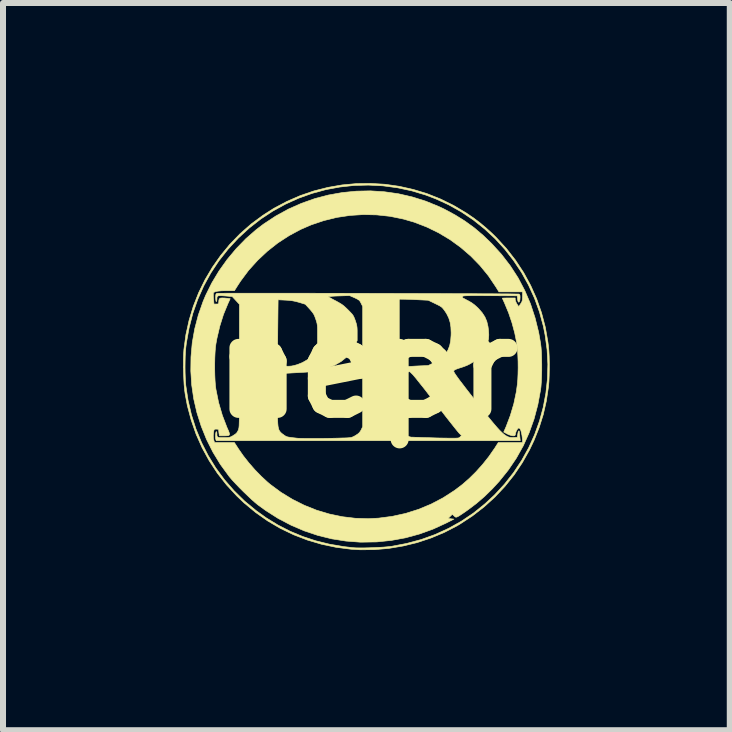
<source format=kicad_pcb>
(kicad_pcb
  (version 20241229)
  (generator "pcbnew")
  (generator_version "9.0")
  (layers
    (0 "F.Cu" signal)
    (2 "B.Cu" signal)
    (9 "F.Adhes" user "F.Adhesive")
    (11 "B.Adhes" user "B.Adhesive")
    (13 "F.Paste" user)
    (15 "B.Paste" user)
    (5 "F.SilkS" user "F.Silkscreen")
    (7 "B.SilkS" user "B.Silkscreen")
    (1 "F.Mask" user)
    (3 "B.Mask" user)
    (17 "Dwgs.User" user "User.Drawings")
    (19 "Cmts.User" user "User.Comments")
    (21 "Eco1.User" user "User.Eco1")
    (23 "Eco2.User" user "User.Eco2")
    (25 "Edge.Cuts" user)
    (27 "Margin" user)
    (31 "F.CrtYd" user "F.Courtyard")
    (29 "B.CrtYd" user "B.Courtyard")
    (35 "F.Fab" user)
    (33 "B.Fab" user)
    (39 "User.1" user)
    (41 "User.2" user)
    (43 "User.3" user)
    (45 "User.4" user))
  (footprint "nepr"
    (layer "F.Cu")
    (at 3.062 3.071)
    (property "Reference" "nepr" (at 0 0 0) (layer "F.SilkS") (effects (font (size 1.524 1.524) (thickness 0.3))))
    (attr through_hole)
    (fp_poly (pts (xy 0.3 -3.052) (xy 0.537 -3.018) (xy 0.77 -2.966) (xy 1 -2.896) (xy 1.224 -2.807) (xy 1.442 -2.7) (xy 1.652 -2.575) (xy 1.667 -2.565) (xy 1.782 -2.486) (xy 1.886 -2.407) (xy 1.986 -2.323) (xy 2.088 -2.23) (xy 2.154 -2.165) (xy 2.323 -1.981) (xy 2.475 -1.786) (xy 2.61 -1.581) (xy 2.727 -1.366) (xy 2.827 -1.142) (xy 2.908 -0.91) (xy 2.971 -0.67) (xy 3.014 -0.423) (xy 3.022 -0.361) (xy 3.03 -0.28) (xy 3.035 -0.184) (xy 3.037 -0.08) (xy 3.037 0.028) (xy 3.035 0.134) (xy 3.031 0.231) (xy 3.024 0.316) (xy 3.022 0.33) (xy 2.987 0.562) (xy 2.936 0.785) (xy 2.868 1.001) (xy 2.782 1.216) (xy 2.708 1.371) (xy 2.588 1.585) (xy 2.452 1.788) (xy 2.299 1.979) (xy 2.131 2.158) (xy 1.949 2.323) (xy 1.754 2.474) (xy 1.546 2.61) (xy 1.497 2.639) (xy 1.286 2.748) (xy 1.065 2.84) (xy 0.837 2.916) (xy 0.602 2.973) (xy 0.364 3.013) (xy 0.125 3.034) (xy -0.114 3.036) (xy -0.264 3.027) (xy -0.513 2.995) (xy -0.755 2.944) (xy -0.992 2.874) (xy -1.221 2.786) (xy -1.442 2.68) (xy -1.653 2.556) (xy -1.855 2.414) (xy -2.046 2.256) (xy -2.169 2.139) (xy -2.339 1.955) (xy -2.492 1.76) (xy -2.627 1.554) (xy -2.745 1.338) (xy -2.845 1.113) (xy -2.927 0.878) (xy -2.992 0.635) (xy -3.028 0.442) (xy -3.038 0.369) (xy -3.046 0.28) (xy -3.051 0.181) (xy -3.055 0.076) (xy -3.057 -0.008) (xy -3.03 -0.008) (xy -3.029 0.083) (xy -3.026 0.169) (xy -3.022 0.244) (xy -3.018 0.295) (xy -2.98 0.545) (xy -2.923 0.789) (xy -2.848 1.024) (xy -2.755 1.25) (xy -2.645 1.466) (xy -2.518 1.673) (xy -2.374 1.868) (xy -2.214 2.052) (xy -2.039 2.224) (xy -1.848 2.382) (xy -1.678 2.504) (xy -1.482 2.624) (xy -1.281 2.727) (xy -1.072 2.814) (xy -0.855 2.886) (xy -0.627 2.942) (xy -0.387 2.983) (xy -0.229 3.001) (xy -0.184 3.004) (xy -0.124 3.005) (xy -0.052 3.005) (xy 0.028 3.003) (xy 0.111 3) (xy 0.194 2.996) (xy 0.272 2.992) (xy 0.34 2.986) (xy 0.396 2.98) (xy 0.412 2.978) (xy 0.663 2.93) (xy 0.904 2.865) (xy 1.137 2.781) (xy 1.36 2.679) (xy 1.573 2.56) (xy 1.776 2.423) (xy 1.968 2.268) (xy 2.124 2.123) (xy 2.291 1.942) (xy 2.442 1.75) (xy 2.576 1.548) (xy 2.693 1.337) (xy 2.792 1.119) (xy 2.873 0.893) (xy 2.936 0.662) (xy 2.98 0.427) (xy 3.006 0.188) (xy 3.013 -0.054) (xy 3 -0.297) (xy 2.967 -0.54) (xy 2.937 -0.691) (xy 2.873 -0.926) (xy 2.791 -1.153) (xy 2.691 -1.372) (xy 2.575 -1.582) (xy 2.442 -1.781) (xy 2.295 -1.97) (xy 2.134 -2.146) (xy 1.959 -2.308) (xy 1.772 -2.457) (xy 1.573 -2.591) (xy 1.363 -2.709) (xy 1.143 -2.81) (xy 0.98 -2.872) (xy 0.744 -2.943) (xy 0.505 -2.994) (xy 0.265 -3.026) (xy 0.025 -3.038) (xy -0.214 -3.032) (xy -0.451 -3.006) (xy -0.684 -2.963) (xy -0.914 -2.9) (xy -1.138 -2.82) (xy -1.355 -2.722) (xy -1.565 -2.607) (xy -1.767 -2.474) (xy -1.959 -2.324) (xy -2.14 -2.158) (xy -2.144 -2.154) (xy -2.314 -1.97) (xy -2.467 -1.776) (xy -2.602 -1.572) (xy -2.719 -1.358) (xy -2.818 -1.135) (xy -2.9 -0.903) (xy -2.962 -0.662) (xy -3.007 -0.412) (xy -3.018 -0.325) (xy -3.023 -0.263) (xy -3.027 -0.186) (xy -3.029 -0.1) (xy -3.03 -0.008) (xy -3.057 -0.008) (xy -3.057 -0.029) (xy -3.057 -0.131) (xy -3.054 -0.223) (xy -3.049 -0.301) (xy -3.016 -0.546) (xy -2.963 -0.785) (xy -2.893 -1.018) (xy -2.804 -1.244) (xy -2.698 -1.461) (xy -2.575 -1.669) (xy -2.436 -1.867) (xy -2.282 -2.054) (xy -2.113 -2.228) (xy -1.93 -2.389) (xy -1.733 -2.535) (xy -1.551 -2.651) (xy -1.334 -2.766) (xy -1.111 -2.863) (xy -0.883 -2.941) (xy -0.65 -3) (xy -0.414 -3.041) (xy -0.176 -3.063) (xy 0.062 -3.066) (xy 0.3 -3.052)) (stroke (width 0.01) (type solid)) (fill yes) (layer "F.SilkS"))
    (fp_poly (pts (xy 0.291 -2.927) (xy 0.523 -2.894) (xy 0.754 -2.841) (xy 0.98 -2.77) (xy 1.202 -2.679) (xy 1.29 -2.637) (xy 1.468 -2.541) (xy 1.632 -2.439) (xy 1.786 -2.327) (xy 1.935 -2.201) (xy 2.077 -2.064) (xy 2.241 -1.884) (xy 2.388 -1.693) (xy 2.518 -1.492) (xy 2.629 -1.281) (xy 2.724 -1.059) (xy 2.8 -0.827) (xy 2.86 -0.585) (xy 2.892 -0.401) (xy 2.9 -0.333) (xy 2.906 -0.249) (xy 2.909 -0.154) (xy 2.911 -0.052) (xy 2.911 0.051) (xy 2.908 0.151) (xy 2.904 0.243) (xy 2.898 0.324) (xy 2.892 0.371) (xy 2.846 0.62) (xy 2.783 0.858) (xy 2.702 1.085) (xy 2.604 1.303) (xy 2.488 1.51) (xy 2.354 1.708) (xy 2.203 1.896) (xy 2.088 2.021) (xy 1.955 2.151) (xy 1.821 2.266) (xy 1.682 2.371) (xy 1.631 2.407) (xy 1.578 2.443) (xy 1.54 2.468) (xy 1.513 2.484) (xy 1.493 2.492) (xy 1.48 2.493) (xy 1.469 2.488) (xy 1.457 2.478) (xy 1.452 2.473) (xy 1.422 2.445) (xy 1.35 2.515) (xy 1.448 2.525) (xy 1.313 2.594) (xy 1.097 2.693) (xy 0.872 2.774) (xy 0.641 2.837) (xy 0.405 2.88) (xy 0.164 2.905) (xy -0.08 2.909) (xy -0.112 2.909) (xy -0.35 2.891) (xy -0.585 2.854) (xy -0.817 2.797) (xy -1.044 2.721) (xy -1.265 2.626) (xy -1.479 2.514) (xy -1.685 2.383) (xy -1.819 2.286) (xy -1.867 2.246) (xy -1.925 2.195) (xy -1.989 2.134) (xy -2.057 2.069) (xy -2.124 2.002) (xy -2.187 1.936) (xy -2.243 1.876) (xy -2.288 1.823) (xy -2.3 1.808) (xy -2.442 1.613) (xy -2.566 1.409) (xy -2.673 1.196) (xy -2.698 1.133) (xy -2.56 1.133) (xy -2.558 1.18) (xy -2.549 1.218) (xy -2.538 1.25) (xy -2.208 1.25) (xy -2.141 1.354) (xy -2.061 1.469) (xy -1.968 1.587) (xy -1.867 1.703) (xy -1.761 1.812) (xy -1.656 1.909) (xy -1.61 1.948) (xy -1.431 2.08) (xy -1.241 2.196) (xy -1.043 2.295) (xy -0.838 2.377) (xy -0.627 2.44) (xy -0.412 2.485) (xy -0.195 2.511) (xy 0.022 2.518) (xy 0.193 2.509) (xy 0.422 2.479) (xy 0.645 2.43) (xy 0.86 2.362) (xy 1.069 2.275) (xy 1.269 2.17) (xy 1.461 2.046) (xy 1.591 1.947) (xy 1.704 1.848) (xy 1.818 1.735) (xy 1.928 1.612) (xy 2.03 1.484) (xy 2.118 1.357) (xy 2.121 1.354) (xy 2.187 1.25) (xy 2.591 1.25) (xy 2.591 1.225) (xy 2.588 1.18) (xy 2.582 1.132) (xy 2.573 1.086) (xy 2.563 1.048) (xy 2.551 1.024) (xy 2.549 1.021) (xy 2.535 1.008) (xy 2.524 1.008) (xy 2.51 1.022) (xy 2.505 1.028) (xy 2.488 1.056) (xy 2.476 1.09) (xy 2.475 1.096) (xy 2.47 1.123) (xy 2.461 1.135) (xy 2.442 1.138) (xy 2.432 1.138) (xy 2.4 1.132) (xy 2.36 1.118) (xy 2.337 1.107) (xy 2.278 1.075) (xy 2.318 0.984) (xy 2.388 0.799) (xy 2.446 0.604) (xy 2.488 0.404) (xy 2.505 0.279) (xy 2.512 0.2) (xy 2.516 0.107) (xy 2.518 0.005) (xy 2.517 -0.099) (xy 2.513 -0.201) (xy 2.507 -0.295) (xy 2.499 -0.377) (xy 2.495 -0.406) (xy 2.461 -0.575) (xy 2.415 -0.746) (xy 2.359 -0.911) (xy 2.295 -1.065) (xy 2.295 -1.066) (xy 2.278 -1.103) (xy 2.264 -1.133) (xy 2.257 -1.151) (xy 2.256 -1.155) (xy 2.265 -1.156) (xy 2.291 -1.157) (xy 2.328 -1.158) (xy 2.362 -1.158) (xy 2.469 -1.158) (xy 2.469 -1.13) (xy 2.475 -1.106) (xy 2.489 -1.074) (xy 2.498 -1.058) (xy 2.528 -1.014) (xy 2.559 -1.06) (xy 2.576 -1.086) (xy 2.585 -1.109) (xy 2.59 -1.137) (xy 2.591 -1.177) (xy 2.591 -1.183) (xy 2.591 -1.26) (xy 2.198 -1.26) (xy 2.146 -1.344) (xy 2.023 -1.527) (xy 1.883 -1.698) (xy 1.729 -1.856) (xy 1.562 -2) (xy 1.383 -2.13) (xy 1.194 -2.243) (xy 0.995 -2.34) (xy 0.788 -2.42) (xy 0.605 -2.473) (xy 0.385 -2.518) (xy 0.163 -2.542) (xy -0.06 -2.547) (xy -0.282 -2.533) (xy -0.502 -2.5) (xy -0.718 -2.447) (xy -0.929 -2.376) (xy -1.102 -2.301) (xy -1.298 -2.196) (xy -1.485 -2.074) (xy -1.66 -1.936) (xy -1.822 -1.784) (xy -1.971 -1.619) (xy -2.103 -1.442) (xy -2.158 -1.358) (xy -2.207 -1.28) (xy -2.339 -1.28) (xy -2.421 -1.278) (xy -2.484 -1.272) (xy -2.528 -1.263) (xy -2.553 -1.249) (xy -2.557 -1.242) (xy -2.559 -1.227) (xy -2.559 -1.196) (xy -2.557 -1.157) (xy -2.556 -1.143) (xy -2.548 -1.057) (xy -2.509 -1.057) (xy -2.483 -1.058) (xy -2.472 -1.065) (xy -2.469 -1.081) (xy -2.469 -1.085) (xy -2.466 -1.123) (xy -2.457 -1.146) (xy -2.439 -1.156) (xy -2.413 -1.158) (xy -2.374 -1.157) (xy -2.332 -1.153) (xy -2.324 -1.152) (xy -2.278 -1.146) (xy -2.316 -1.063) (xy -2.39 -0.883) (xy -2.451 -0.689) (xy -2.499 -0.485) (xy -2.516 -0.391) (xy -2.524 -0.329) (xy -2.53 -0.25) (xy -2.534 -0.161) (xy -2.536 -0.064) (xy -2.536 0.034) (xy -2.534 0.13) (xy -2.53 0.22) (xy -2.524 0.298) (xy -2.516 0.361) (xy -2.516 0.361) (xy -2.471 0.584) (xy -2.409 0.796) (xy -2.333 0.995) (xy -2.327 1.009) (xy -2.304 1.06) (xy -2.292 1.095) (xy -2.29 1.118) (xy -2.301 1.131) (xy -2.325 1.136) (xy -2.364 1.138) (xy -2.386 1.138) (xy -2.456 1.138) (xy -2.463 1.106) (xy -2.467 1.075) (xy -2.469 1.05) (xy -2.471 1.035) (xy -2.483 1.028) (xy -2.508 1.026) (xy -2.532 1.027) (xy -2.544 1.034) (xy -2.55 1.051) (xy -2.554 1.073) (xy -2.56 1.133) (xy -2.698 1.133) (xy -2.761 0.977) (xy -2.832 0.753) (xy -2.885 0.524) (xy -2.919 0.292) (xy -2.934 0.058) (xy -2.931 -0.176) (xy -2.91 -0.411) (xy -2.869 -0.643) (xy -2.809 -0.873) (xy -2.73 -1.098) (xy -2.687 -1.201) (xy -2.585 -1.407) (xy -2.465 -1.607) (xy -2.329 -1.798) (xy -2.179 -1.978) (xy -2.016 -2.146) (xy -1.842 -2.298) (xy -1.722 -2.389) (xy -1.52 -2.522) (xy -1.309 -2.638) (xy -1.092 -2.734) (xy -0.869 -2.813) (xy -0.641 -2.873) (xy -0.41 -2.914) (xy -0.177 -2.937) (xy 0.057 -2.942) (xy 0.291 -2.927)) (stroke (width 0.01) (type solid)) (fill yes) (layer "F.SilkS"))
    (fp_poly (pts (xy -1.64 -1.237) (xy -1.483 -1.237) (xy -1.318 -1.237) (xy -1.145 -1.237) (xy -0.965 -1.237) (xy -0.781 -1.236) (xy -0.591 -1.236) (xy -0.399 -1.236) (xy -0.204 -1.235) (xy -0.008 -1.235) (xy 0.188 -1.234) (xy 0.383 -1.234) (xy 0.577 -1.233) (xy 0.767 -1.233) (xy 0.953 -1.232) (xy 1.134 -1.232) (xy 1.308 -1.231) (xy 1.476 -1.23) (xy 1.635 -1.23) (xy 1.784 -1.229) (xy 1.924 -1.228) (xy 2.051 -1.228) (xy 2.166 -1.227) (xy 2.267 -1.226) (xy 2.354 -1.226) (xy 2.424 -1.225) (xy 2.478 -1.224) (xy 2.514 -1.224) (xy 2.531 -1.223) (xy 2.532 -1.223) (xy 2.543 -1.215) (xy 2.549 -1.197) (xy 2.55 -1.165) (xy 2.547 -1.123) (xy 2.539 -1.097) (xy 2.529 -1.087) (xy 2.519 -1.095) (xy 2.511 -1.12) (xy 2.508 -1.148) (xy 2.504 -1.194) (xy 2.051 -1.196) (xy 1.943 -1.197) (xy 1.853 -1.197) (xy 1.78 -1.197) (xy 1.722 -1.197) (xy 1.677 -1.196) (xy 1.644 -1.195) (xy 1.621 -1.193) (xy 1.606 -1.191) (xy 1.597 -1.188) (xy 1.592 -1.184) (xy 1.591 -1.182) (xy 1.587 -1.167) (xy 1.587 -1.163) (xy 1.597 -1.158) (xy 1.621 -1.146) (xy 1.654 -1.128) (xy 1.683 -1.113) (xy 1.738 -1.082) (xy 1.784 -1.049) (xy 1.831 -1.008) (xy 1.858 -0.982) (xy 1.919 -0.912) (xy 1.964 -0.843) (xy 1.996 -0.768) (xy 2.016 -0.683) (xy 2.024 -0.622) (xy 2.029 -0.544) (xy 2.025 -0.478) (xy 2.011 -0.417) (xy 1.986 -0.356) (xy 1.949 -0.289) (xy 1.928 -0.257) (xy 1.897 -0.211) (xy 1.872 -0.177) (xy 1.848 -0.151) (xy 1.82 -0.128) (xy 1.784 -0.103) (xy 1.773 -0.095) (xy 1.72 -0.062) (xy 1.668 -0.036) (xy 1.609 -0.013) (xy 1.566 0.001) (xy 1.516 0.017) (xy 1.482 0.03) (xy 1.461 0.04) (xy 1.45 0.049) (xy 1.446 0.059) (xy 1.445 0.062) (xy 1.448 0.073) (xy 1.458 0.091) (xy 1.476 0.119) (xy 1.503 0.157) (xy 1.539 0.207) (xy 1.586 0.268) (xy 1.644 0.344) (xy 1.713 0.433) (xy 1.743 0.471) (xy 1.839 0.594) (xy 1.923 0.702) (xy 1.998 0.796) (xy 2.063 0.876) (xy 2.12 0.944) (xy 2.169 1.001) (xy 2.212 1.048) (xy 2.25 1.085) (xy 2.283 1.114) (xy 2.313 1.135) (xy 2.34 1.15) (xy 2.366 1.16) (xy 2.392 1.165) (xy 2.418 1.167) (xy 2.441 1.166) (xy 2.504 1.163) (xy 2.511 1.114) (xy 2.518 1.076) (xy 2.526 1.057) (xy 2.534 1.057) (xy 2.537 1.069) (xy 2.54 1.095) (xy 2.544 1.132) (xy 2.545 1.14) (xy 2.553 1.219) (xy -2.51 1.219) (xy -2.518 1.196) (xy -2.522 1.174) (xy -2.523 1.144) (xy -2.521 1.112) (xy -2.517 1.085) (xy -2.511 1.069) (xy -2.509 1.067) (xy -2.502 1.076) (xy -2.499 1.098) (xy -2.499 1.102) (xy -2.499 1.131) (xy -2.494 1.15) (xy -2.482 1.161) (xy -2.458 1.167) (xy -2.421 1.168) (xy -2.387 1.168) (xy -2.341 1.168) (xy -2.308 1.166) (xy -2.283 1.161) (xy -2.26 1.151) (xy -2.232 1.136) (xy -2.227 1.132) (xy -2.191 1.109) (xy -2.167 1.086) (xy -2.151 1.059) (xy -2.145 1.047) (xy -2.141 1.038) (xy -2.138 1.03) (xy -2.136 1.019) (xy -2.133 1.006) (xy -2.131 0.989) (xy -2.129 0.967) (xy -2.128 0.938) (xy -2.127 0.901) (xy -2.126 0.856) (xy -2.125 0.813) (xy -1.489 0.813) (xy -1.488 0.88) (xy -1.485 0.935) (xy -1.481 0.978) (xy -1.474 1.012) (xy -1.466 1.039) (xy -1.454 1.06) (xy -1.44 1.078) (xy -1.423 1.094) (xy -1.403 1.11) (xy -1.399 1.112) (xy -1.377 1.129) (xy -1.358 1.141) (xy -1.34 1.15) (xy -1.318 1.157) (xy -1.288 1.162) (xy -1.248 1.168) (xy -1.193 1.174) (xy -1.158 1.178) (xy -1.127 1.18) (xy -1.079 1.181) (xy -1.016 1.182) (xy -0.941 1.182) (xy -0.857 1.182) (xy -0.767 1.182) (xy -0.674 1.181) (xy -0.581 1.179) (xy -0.491 1.177) (xy -0.405 1.174) (xy -0.383 1.174) (xy -0.33 1.172) (xy -0.291 1.169) (xy -0.263 1.165) (xy -0.241 1.158) (xy -0.219 1.148) (xy -0.192 1.133) (xy -0.189 1.131) (xy -0.151 1.106) (xy -0.126 1.084) (xy -0.107 1.057) (xy -0.097 1.039) (xy -0.071 0.985) (xy -0.071 0.294) (xy 0.54 0.294) (xy 0.54 0.369) (xy 0.541 0.449) (xy 0.542 0.533) (xy 0.544 0.617) (xy 0.545 0.7) (xy 0.547 0.778) (xy 0.55 0.85) (xy 0.552 0.913) (xy 0.555 0.964) (xy 0.558 1.002) (xy 0.56 1.023) (xy 0.56 1.023) (xy 0.578 1.06) (xy 0.61 1.096) (xy 0.651 1.127) (xy 0.695 1.15) (xy 0.736 1.16) (xy 0.736 1.16) (xy 0.759 1.16) (xy 0.798 1.162) (xy 0.85 1.163) (xy 0.91 1.166) (xy 0.975 1.168) (xy 0.98 1.168) (xy 1.059 1.17) (xy 1.145 1.173) (xy 1.232 1.175) (xy 1.311 1.176) (xy 1.357 1.177) (xy 1.42 1.177) (xy 1.466 1.177) (xy 1.499 1.176) (xy 1.52 1.174) (xy 1.534 1.17) (xy 1.544 1.163) (xy 1.553 1.155) (xy 1.575 1.132) (xy 1.538 1.097) (xy 1.525 1.082) (xy 1.501 1.053) (xy 1.467 1.011) (xy 1.425 0.958) (xy 1.375 0.895) (xy 1.319 0.824) (xy 1.259 0.746) (xy 1.194 0.663) (xy 1.153 0.61) (xy 1.087 0.524) (xy 1.023 0.443) (xy 0.964 0.366) (xy 0.909 0.297) (xy 0.86 0.236) (xy 0.82 0.185) (xy 0.788 0.147) (xy 0.767 0.122) (xy 0.759 0.114) (xy 0.714 0.07) (xy 0.636 0.081) (xy 0.597 0.086) (xy 0.566 0.09) (xy 0.548 0.091) (xy 0.546 0.091) (xy 0.544 0.101) (xy 0.542 0.129) (xy 0.541 0.172) (xy 0.54 0.228) (xy 0.54 0.294) (xy -0.071 0.294) (xy -0.071 -0.008) (xy 0.538 -0.008) (xy 0.638 -0.014) (xy 0.687 -0.017) (xy 0.749 -0.02) (xy 0.816 -0.024) (xy 0.879 -0.027) (xy 1.021 -0.033) (xy 1.143 -0.093) (xy 1.192 -0.118) (xy 1.227 -0.136) (xy 1.252 -0.153) (xy 1.271 -0.169) (xy 1.287 -0.189) (xy 1.306 -0.216) (xy 1.312 -0.227) (xy 1.351 -0.295) (xy 1.378 -0.366) (xy 1.394 -0.445) (xy 1.401 -0.535) (xy 1.402 -0.577) (xy 1.398 -0.672) (xy 1.385 -0.753) (xy 1.362 -0.826) (xy 1.328 -0.895) (xy 1.302 -0.935) (xy 1.279 -0.967) (xy 1.26 -0.99) (xy 1.241 -1.008) (xy 1.216 -1.024) (xy 1.182 -1.042) (xy 1.135 -1.065) (xy 1.021 -1.12) (xy 0.859 -1.128) (xy 0.795 -1.131) (xy 0.732 -1.134) (xy 0.675 -1.136) (xy 0.63 -1.137) (xy 0.617 -1.137) (xy 0.538 -1.138) (xy 0.538 -0.008) (xy -0.071 -0.008) (xy -0.071 -1.016) (xy -0.098 -1.07) (xy -0.112 -1.097) (xy -0.126 -1.116) (xy -0.145 -1.131) (xy -0.174 -1.146) (xy -0.207 -1.162) (xy -0.29 -1.198) (xy -0.47 -1.192) (xy -0.528 -1.19) (xy -0.577 -1.187) (xy -0.614 -1.183) (xy -0.637 -1.18) (xy -0.643 -1.178) (xy -0.631 -1.17) (xy -0.605 -1.156) (xy -0.569 -1.135) (xy -0.525 -1.112) (xy -0.518 -1.109) (xy -0.463 -1.078) (xy -0.42 -1.052) (xy -0.382 -1.023) (xy -0.344 -0.988) (xy -0.313 -0.958) (xy -0.275 -0.919) (xy -0.248 -0.89) (xy -0.23 -0.865) (xy -0.216 -0.838) (xy -0.203 -0.806) (xy -0.193 -0.778) (xy -0.179 -0.735) (xy -0.17 -0.699) (xy -0.165 -0.663) (xy -0.163 -0.62) (xy -0.163 -0.568) (xy -0.163 -0.449) (xy -0.209 -0.353) (xy -0.266 -0.258) (xy -0.34 -0.173) (xy -0.431 -0.1) (xy -0.538 -0.038) (xy -0.66 0.012) (xy -0.758 0.04) (xy -0.797 0.05) (xy -0.835 0.057) (xy -0.872 0.063) (xy -0.914 0.069) (xy -0.964 0.073) (xy -1.025 0.078) (xy -1.1 0.082) (xy -1.164 0.086) (xy -1.239 0.09) (xy -1.307 0.094) (xy -1.366 0.097) (xy -1.414 0.099) (xy -1.447 0.101) (xy -1.463 0.102) (xy -1.464 0.102) (xy -1.468 0.103) (xy -1.471 0.11) (xy -1.474 0.122) (xy -1.477 0.143) (xy -1.479 0.174) (xy -1.48 0.216) (xy -1.482 0.272) (xy -1.483 0.344) (xy -1.485 0.432) (xy -1.486 0.515) (xy -1.488 0.632) (xy -1.489 0.731) (xy -1.489 0.813) (xy -2.125 0.813) (xy -2.125 0.8) (xy -2.125 0.733) (xy -2.124 0.653) (xy -2.124 0.56) (xy -2.124 0.451) (xy -2.124 0.326) (xy -2.124 0.184) (xy -2.124 0.022) (xy -2.124 -0.027) (xy -2.124 -0.275) (xy -1.488 -0.275) (xy -1.488 -0.201) (xy -1.487 -0.142) (xy -1.486 -0.099) (xy -1.484 -0.069) (xy -1.481 -0.053) (xy -1.48 -0.051) (xy -1.469 -0.02) (xy -1.357 -0.02) (xy -1.302 -0.021) (xy -1.259 -0.024) (xy -1.222 -0.031) (xy -1.181 -0.042) (xy -1.152 -0.051) (xy -1.075 -0.082) (xy -1.01 -0.119) (xy -0.999 -0.126) (xy -0.972 -0.146) (xy -0.952 -0.165) (xy -0.935 -0.186) (xy -0.918 -0.215) (xy -0.897 -0.255) (xy -0.88 -0.29) (xy -0.823 -0.409) (xy -0.823 -0.563) (xy -0.823 -0.624) (xy -0.824 -0.67) (xy -0.827 -0.705) (xy -0.832 -0.736) (xy -0.84 -0.766) (xy -0.851 -0.8) (xy -0.853 -0.806) (xy -0.869 -0.85) (xy -0.885 -0.885) (xy -0.906 -0.917) (xy -0.935 -0.952) (xy -0.954 -0.974) (xy -1.026 -1.053) (xy -1.13 -1.085) (xy -1.19 -1.101) (xy -1.246 -1.112) (xy -1.306 -1.119) (xy -1.357 -1.122) (xy -1.48 -1.128) (xy -1.486 -0.605) (xy -1.487 -0.476) (xy -1.488 -0.366) (xy -1.488 -0.275) (xy -2.124 -0.275) (xy -2.124 -1.052) (xy -2.184 -1.117) (xy -2.244 -1.182) (xy -2.363 -1.192) (xy -2.417 -1.196) (xy -2.455 -1.197) (xy -2.479 -1.193) (xy -2.492 -1.184) (xy -2.498 -1.167) (xy -2.499 -1.142) (xy -2.499 -1.135) (xy -2.502 -1.111) (xy -2.508 -1.098) (xy -2.51 -1.097) (xy -2.515 -1.107) (xy -2.518 -1.131) (xy -2.52 -1.163) (xy -2.519 -1.199) (xy -2.516 -1.219) (xy -2.508 -1.23) (xy -2.498 -1.235) (xy -2.486 -1.236) (xy -2.455 -1.236) (xy -2.405 -1.236) (xy -2.339 -1.237) (xy -2.256 -1.237) (xy -2.159 -1.237) (xy -2.047 -1.237) (xy -1.923 -1.237) (xy -1.787 -1.237) (xy -1.64 -1.237)) (stroke (width 0.01) (type solid)) (fill yes) (layer "F.SilkS")))
  (gr_rect
    (start -3 -3)
    (end 9.105 9.112)
    (stroke (width 0.1) (type default))
    (fill no)
    (layer "Edge.Cuts")))
</source>
